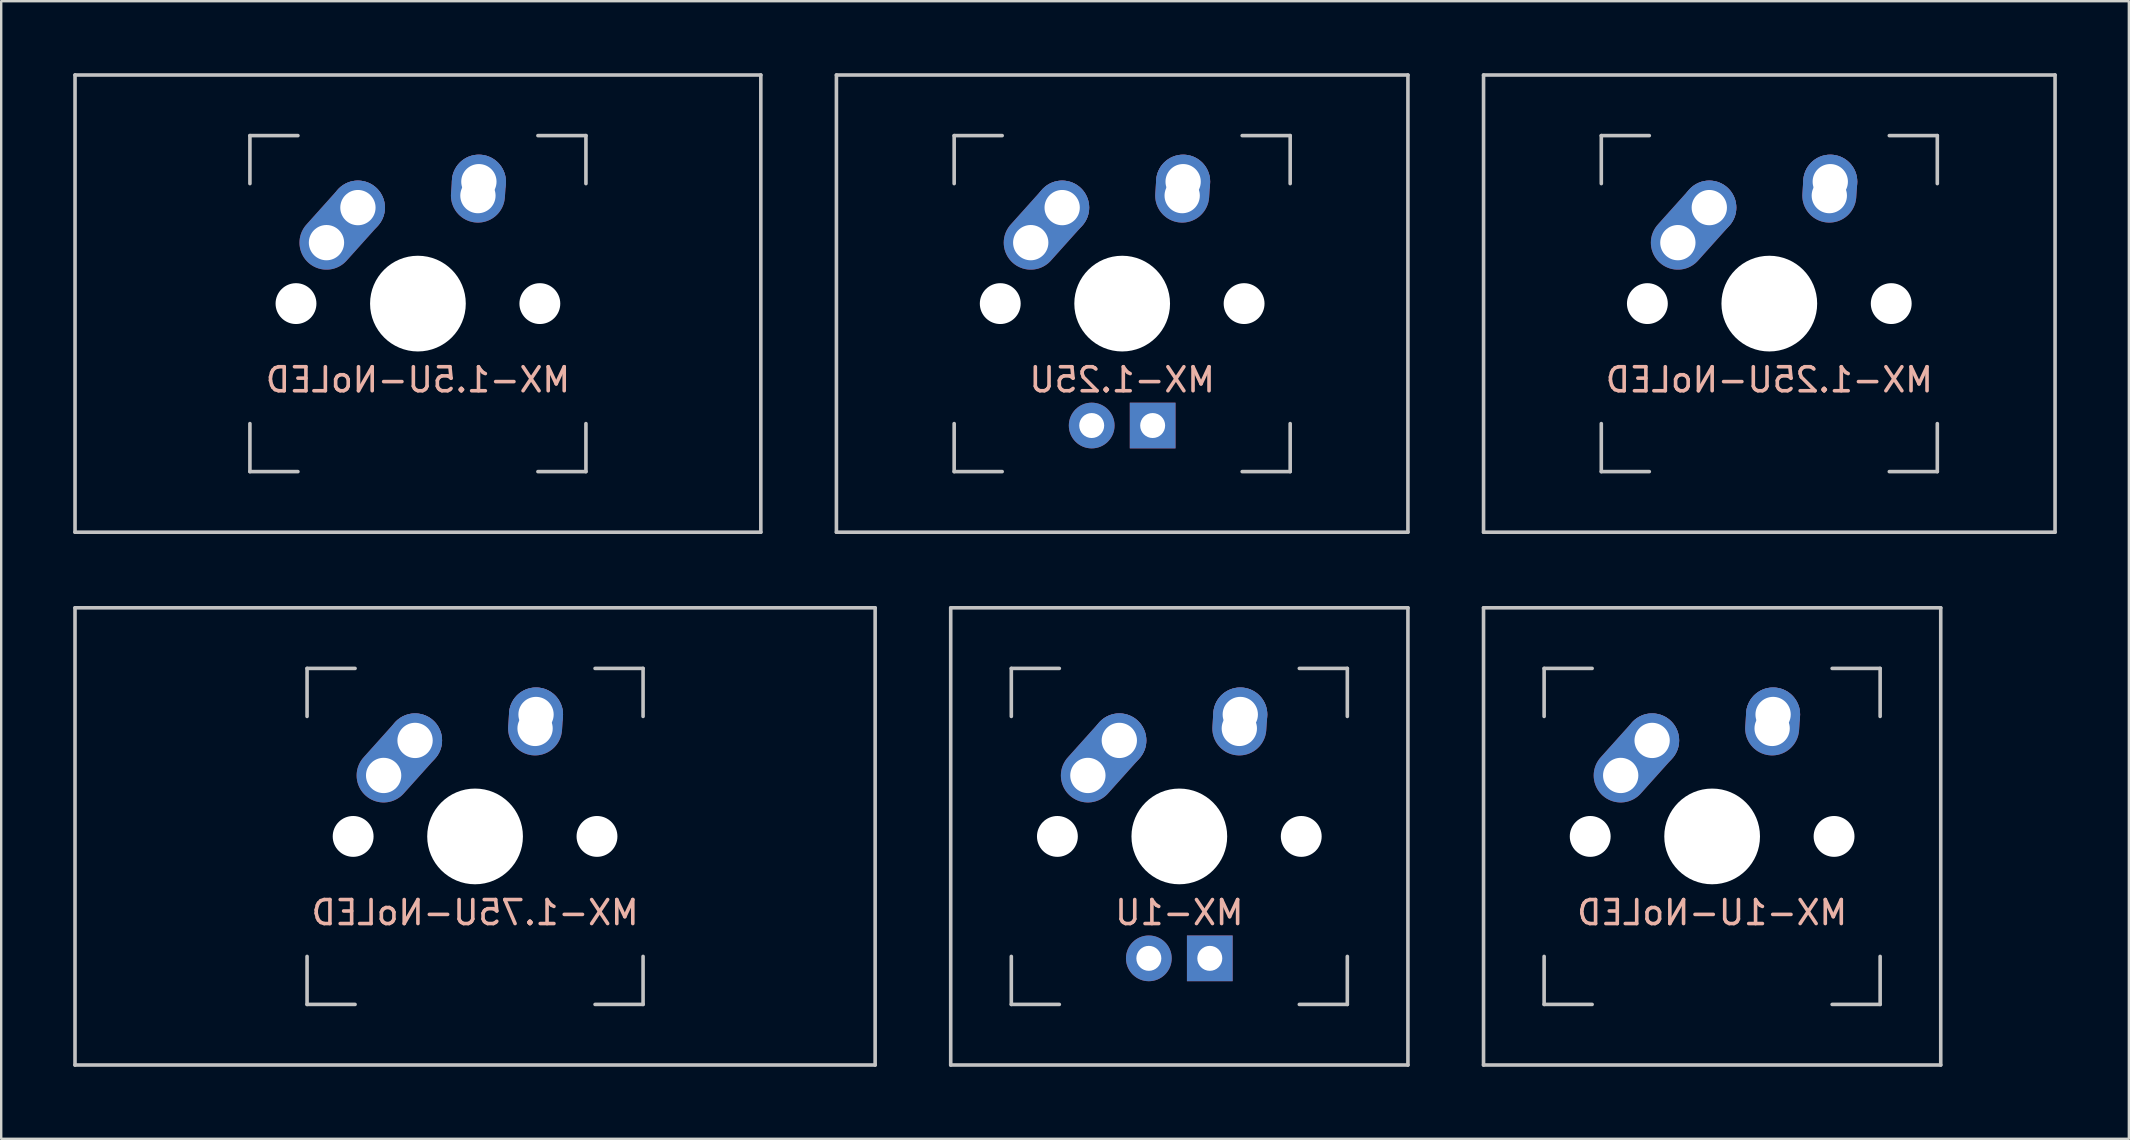
<source format=kicad_pcb>
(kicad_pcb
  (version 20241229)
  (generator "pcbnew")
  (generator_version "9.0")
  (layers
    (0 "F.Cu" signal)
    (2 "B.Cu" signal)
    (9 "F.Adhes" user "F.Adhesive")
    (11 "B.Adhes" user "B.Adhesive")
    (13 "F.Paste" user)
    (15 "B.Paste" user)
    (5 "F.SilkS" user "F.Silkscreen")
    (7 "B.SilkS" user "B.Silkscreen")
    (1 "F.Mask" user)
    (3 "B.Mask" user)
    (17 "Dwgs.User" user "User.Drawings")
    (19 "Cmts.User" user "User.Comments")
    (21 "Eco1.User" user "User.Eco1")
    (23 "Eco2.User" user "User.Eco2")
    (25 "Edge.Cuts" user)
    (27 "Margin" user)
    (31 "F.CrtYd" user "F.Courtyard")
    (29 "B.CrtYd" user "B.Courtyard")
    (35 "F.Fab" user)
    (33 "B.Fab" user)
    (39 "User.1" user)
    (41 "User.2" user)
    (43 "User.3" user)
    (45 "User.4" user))
  (footprint "MX-1U"
    (layer "F.Cu")
    (at 46.087 31.8)
    (property "Reference" "MX-1U" (at 0 3.175 0) (layer "B.SilkS") (effects (font (size 1 1) (thickness 0.15)) (justify mirror)))
    (attr through_hole)
    (fp_line (start -9.525 -9.525) (end 9.525 -9.525) (stroke (width 0.15) (type solid)) (layer "Dwgs.User"))
    (fp_line (start -9.525 9.525) (end -9.525 -9.525) (stroke (width 0.15) (type solid)) (layer "Dwgs.User"))
    (fp_line (start -7 -7) (end -7 -5) (stroke (width 0.15) (type solid)) (layer "Dwgs.User"))
    (fp_line (start -7 5) (end -7 7) (stroke (width 0.15) (type solid)) (layer "Dwgs.User"))
    (fp_line (start -7 7) (end -5 7) (stroke (width 0.15) (type solid)) (layer "Dwgs.User"))
    (fp_line (start -5 -7) (end -7 -7) (stroke (width 0.15) (type solid)) (layer "Dwgs.User"))
    (fp_line (start 5 -7) (end 7 -7) (stroke (width 0.15) (type solid)) (layer "Dwgs.User"))
    (fp_line (start 5 7) (end 7 7) (stroke (width 0.15) (type solid)) (layer "Dwgs.User"))
    (fp_line (start 7 -7) (end 7 -5) (stroke (width 0.15) (type solid)) (layer "Dwgs.User"))
    (fp_line (start 7 7) (end 7 5) (stroke (width 0.15) (type solid)) (layer "Dwgs.User"))
    (fp_line (start 9.525 -9.525) (end 9.525 9.525) (stroke (width 0.15) (type solid)) (layer "Dwgs.User"))
    (fp_line (start 9.525 9.525) (end -9.525 9.525) (stroke (width 0.15) (type solid)) (layer "Dwgs.User"))
    (pad "" np_thru_hole circle (at -5.08 0 48.1) (size 1.702 1.702) (drill 1.702) (layers "*.Cu" "*.Mask"))
    (pad "" np_thru_hole circle (at 0 0) (size 3.988 3.988) (drill 3.988) (layers "*.Cu" "*.Mask"))
    (pad "" np_thru_hole circle (at 5.08 0 48.1) (size 1.702 1.702) (drill 1.702) (layers "*.Cu" "*.Mask"))
    (pad "1" thru_hole oval (at -3.81 -2.54 48.1) (size 4.212 2.25) (drill 1.47 (offset 0.981 0)) (layers "*.Cu" "*.Mask"))
    (pad "1" thru_hole circle (at -2.5 -4) (size 2.25 2.25) (drill 1.47) (layers "*.Cu" "*.Mask"))
    (pad "2" thru_hole oval (at 2.5 -4.5 86.055) (size 2.831 2.25) (drill 1.47 (offset 0.291 0)) (layers "*.Cu" "*.Mask"))
    (pad "2" thru_hole circle (at 2.54 -5.08) (size 2.25 2.25) (drill 1.47) (layers "*.Cu" "*.Mask"))
    (pad "3" thru_hole circle (at -1.27 5.08) (size 1.905 1.905) (drill 1.04) (layers "*.Cu" "*.Mask"))
    (pad "4" thru_hole rect (at 1.27 5.08) (size 1.905 1.905) (drill 1.04) (layers "*.Cu" "*.Mask")))
  (footprint "MX-1.25U"
    (layer "F.Cu")
    (at 43.706 9.6)
    (property "Reference" "MX-1.25U" (at 0 3.175 0) (layer "B.SilkS") (effects (font (size 1 1) (thickness 0.15)) (justify mirror)))
    (attr through_hole)
    (fp_line (start -11.906 -9.525) (end 11.906 -9.525) (stroke (width 0.15) (type solid)) (layer "Dwgs.User"))
    (fp_line (start -11.906 9.525) (end -11.906 -9.525) (stroke (width 0.15) (type solid)) (layer "Dwgs.User"))
    (fp_line (start -11.906 9.525) (end 11.906 9.525) (stroke (width 0.15) (type solid)) (layer "Dwgs.User"))
    (fp_line (start -7 -7) (end -7 -5) (stroke (width 0.15) (type solid)) (layer "Dwgs.User"))
    (fp_line (start -7 5) (end -7 7) (stroke (width 0.15) (type solid)) (layer "Dwgs.User"))
    (fp_line (start -7 7) (end -5 7) (stroke (width 0.15) (type solid)) (layer "Dwgs.User"))
    (fp_line (start -5 -7) (end -7 -7) (stroke (width 0.15) (type solid)) (layer "Dwgs.User"))
    (fp_line (start 5 -7) (end 7 -7) (stroke (width 0.15) (type solid)) (layer "Dwgs.User"))
    (fp_line (start 5 7) (end 7 7) (stroke (width 0.15) (type solid)) (layer "Dwgs.User"))
    (fp_line (start 7 -7) (end 7 -5) (stroke (width 0.15) (type solid)) (layer "Dwgs.User"))
    (fp_line (start 7 7) (end 7 5) (stroke (width 0.15) (type solid)) (layer "Dwgs.User"))
    (fp_line (start 11.906 -9.525) (end 11.906 9.525) (stroke (width 0.15) (type solid)) (layer "Dwgs.User"))
    (pad "" np_thru_hole circle (at -5.08 0 48.1) (size 1.702 1.702) (drill 1.702) (layers "*.Cu" "*.Mask"))
    (pad "" np_thru_hole circle (at 0 0) (size 3.988 3.988) (drill 3.988) (layers "*.Cu" "*.Mask"))
    (pad "" np_thru_hole circle (at 5.08 0 48.1) (size 1.702 1.702) (drill 1.702) (layers "*.Cu" "*.Mask"))
    (pad "1" thru_hole oval (at -3.81 -2.54 48.1) (size 4.212 2.25) (drill 1.47 (offset 0.981 0)) (layers "*.Cu" "*.Mask"))
    (pad "1" thru_hole circle (at -2.5 -4) (size 2.25 2.25) (drill 1.47) (layers "*.Cu" "*.Mask"))
    (pad "2" thru_hole oval (at 2.5 -4.5 86.055) (size 2.831 2.25) (drill 1.47 (offset 0.291 0)) (layers "*.Cu" "*.Mask"))
    (pad "2" thru_hole circle (at 2.54 -5.08) (size 2.25 2.25) (drill 1.47) (layers "*.Cu" "*.Mask"))
    (pad "3" thru_hole circle (at -1.27 5.08) (size 1.905 1.905) (drill 1.04) (layers "*.Cu" "*.Mask"))
    (pad "4" thru_hole rect (at 1.27 5.08) (size 1.905 1.905) (drill 1.04) (layers "*.Cu" "*.Mask")))
  (footprint "MX-1.25U-NoLED"
    (layer "F.Cu")
    (at 70.669 9.6)
    (property "Reference" "MX-1.25U-NoLED" (at 0 3.175 0) (layer "B.SilkS") (effects (font (size 1 1) (thickness 0.15)) (justify mirror)))
    (attr through_hole)
    (fp_line (start -11.906 -9.525) (end 11.906 -9.525) (stroke (width 0.15) (type solid)) (layer "Dwgs.User"))
    (fp_line (start -11.906 9.525) (end -11.906 -9.525) (stroke (width 0.15) (type solid)) (layer "Dwgs.User"))
    (fp_line (start -11.906 9.525) (end 11.906 9.525) (stroke (width 0.15) (type solid)) (layer "Dwgs.User"))
    (fp_line (start -7 -7) (end -7 -5) (stroke (width 0.15) (type solid)) (layer "Dwgs.User"))
    (fp_line (start -7 5) (end -7 7) (stroke (width 0.15) (type solid)) (layer "Dwgs.User"))
    (fp_line (start -7 7) (end -5 7) (stroke (width 0.15) (type solid)) (layer "Dwgs.User"))
    (fp_line (start -5 -7) (end -7 -7) (stroke (width 0.15) (type solid)) (layer "Dwgs.User"))
    (fp_line (start 5 -7) (end 7 -7) (stroke (width 0.15) (type solid)) (layer "Dwgs.User"))
    (fp_line (start 5 7) (end 7 7) (stroke (width 0.15) (type solid)) (layer "Dwgs.User"))
    (fp_line (start 7 -7) (end 7 -5) (stroke (width 0.15) (type solid)) (layer "Dwgs.User"))
    (fp_line (start 7 7) (end 7 5) (stroke (width 0.15) (type solid)) (layer "Dwgs.User"))
    (fp_line (start 11.906 -9.525) (end 11.906 9.525) (stroke (width 0.15) (type solid)) (layer "Dwgs.User"))
    (pad "" np_thru_hole circle (at -5.08 0 48.1) (size 1.702 1.702) (drill 1.702) (layers "*.Cu" "*.Mask"))
    (pad "" np_thru_hole circle (at 0 0) (size 3.988 3.988) (drill 3.988) (layers "*.Cu" "*.Mask"))
    (pad "" np_thru_hole circle (at 5.08 0 48.1) (size 1.702 1.702) (drill 1.702) (layers "*.Cu" "*.Mask"))
    (pad "1" thru_hole oval (at -3.81 -2.54 48.1) (size 4.212 2.25) (drill 1.47 (offset 0.981 0)) (layers "*.Cu" "*.Mask"))
    (pad "1" thru_hole circle (at -2.5 -4) (size 2.25 2.25) (drill 1.47) (layers "*.Cu" "*.Mask"))
    (pad "2" thru_hole oval (at 2.5 -4.5 86.055) (size 2.831 2.25) (drill 1.47 (offset 0.291 0)) (layers "*.Cu" "*.Mask"))
    (pad "2" thru_hole circle (at 2.54 -5.08) (size 2.25 2.25) (drill 1.47) (layers "*.Cu" "*.Mask")))
  (footprint "MX-1.75U-NoLED"
    (layer "F.Cu")
    (at 16.744 31.8)
    (property "Reference" "MX-1.75U-NoLED" (at 0 3.175 0) (layer "B.SilkS") (effects (font (size 1 1) (thickness 0.15)) (justify mirror)))
    (attr through_hole)
    (fp_line (start -16.669 -9.525) (end 16.669 -9.525) (stroke (width 0.15) (type solid)) (layer "Dwgs.User"))
    (fp_line (start -16.669 9.525) (end -16.669 -9.525) (stroke (width 0.15) (type solid)) (layer "Dwgs.User"))
    (fp_line (start -16.669 9.525) (end 16.669 9.525) (stroke (width 0.15) (type solid)) (layer "Dwgs.User"))
    (fp_line (start -7 -7) (end -7 -5) (stroke (width 0.15) (type solid)) (layer "Dwgs.User"))
    (fp_line (start -7 5) (end -7 7) (stroke (width 0.15) (type solid)) (layer "Dwgs.User"))
    (fp_line (start -7 7) (end -5 7) (stroke (width 0.15) (type solid)) (layer "Dwgs.User"))
    (fp_line (start -5 -7) (end -7 -7) (stroke (width 0.15) (type solid)) (layer "Dwgs.User"))
    (fp_line (start 5 -7) (end 7 -7) (stroke (width 0.15) (type solid)) (layer "Dwgs.User"))
    (fp_line (start 5 7) (end 7 7) (stroke (width 0.15) (type solid)) (layer "Dwgs.User"))
    (fp_line (start 7 -7) (end 7 -5) (stroke (width 0.15) (type solid)) (layer "Dwgs.User"))
    (fp_line (start 7 7) (end 7 5) (stroke (width 0.15) (type solid)) (layer "Dwgs.User"))
    (fp_line (start 16.669 -9.525) (end 16.669 9.525) (stroke (width 0.15) (type solid)) (layer "Dwgs.User"))
    (pad "" np_thru_hole circle (at -5.08 0 48.1) (size 1.702 1.702) (drill 1.702) (layers "*.Cu" "*.Mask"))
    (pad "" np_thru_hole circle (at 0 0) (size 3.988 3.988) (drill 3.988) (layers "*.Cu" "*.Mask"))
    (pad "" np_thru_hole circle (at 5.08 0 48.1) (size 1.702 1.702) (drill 1.702) (layers "*.Cu" "*.Mask"))
    (pad "1" thru_hole oval (at -3.81 -2.54 48.1) (size 4.212 2.25) (drill 1.47 (offset 0.981 0)) (layers "*.Cu" "*.Mask"))
    (pad "1" thru_hole circle (at -2.5 -4) (size 2.25 2.25) (drill 1.47) (layers "*.Cu" "*.Mask"))
    (pad "2" thru_hole oval (at 2.5 -4.5 86.055) (size 2.831 2.25) (drill 1.47 (offset 0.291 0)) (layers "*.Cu" "*.Mask"))
    (pad "2" thru_hole circle (at 2.54 -5.08) (size 2.25 2.25) (drill 1.47) (layers "*.Cu" "*.Mask")))
  (footprint "MX-1U-NoLED"
    (layer "F.Cu")
    (at 68.287 31.8)
    (property "Reference" "MX-1U-NoLED" (at 0 3.175 0) (layer "B.SilkS") (effects (font (size 1 1) (thickness 0.15)) (justify mirror)))
    (attr through_hole)
    (fp_line (start -9.525 -9.525) (end 9.525 -9.525) (stroke (width 0.15) (type solid)) (layer "Dwgs.User"))
    (fp_line (start -9.525 9.525) (end -9.525 -9.525) (stroke (width 0.15) (type solid)) (layer "Dwgs.User"))
    (fp_line (start -7 -7) (end -7 -5) (stroke (width 0.15) (type solid)) (layer "Dwgs.User"))
    (fp_line (start -7 5) (end -7 7) (stroke (width 0.15) (type solid)) (layer "Dwgs.User"))
    (fp_line (start -7 7) (end -5 7) (stroke (width 0.15) (type solid)) (layer "Dwgs.User"))
    (fp_line (start -5 -7) (end -7 -7) (stroke (width 0.15) (type solid)) (layer "Dwgs.User"))
    (fp_line (start 5 -7) (end 7 -7) (stroke (width 0.15) (type solid)) (layer "Dwgs.User"))
    (fp_line (start 5 7) (end 7 7) (stroke (width 0.15) (type solid)) (layer "Dwgs.User"))
    (fp_line (start 7 -7) (end 7 -5) (stroke (width 0.15) (type solid)) (layer "Dwgs.User"))
    (fp_line (start 7 7) (end 7 5) (stroke (width 0.15) (type solid)) (layer "Dwgs.User"))
    (fp_line (start 9.525 -9.525) (end 9.525 9.525) (stroke (width 0.15) (type solid)) (layer "Dwgs.User"))
    (fp_line (start 9.525 9.525) (end -9.525 9.525) (stroke (width 0.15) (type solid)) (layer "Dwgs.User"))
    (pad "" np_thru_hole circle (at -5.08 0 48.1) (size 1.702 1.702) (drill 1.702) (layers "*.Cu" "*.Mask"))
    (pad "" np_thru_hole circle (at 0 0) (size 3.988 3.988) (drill 3.988) (layers "*.Cu" "*.Mask"))
    (pad "" np_thru_hole circle (at 5.08 0 48.1) (size 1.702 1.702) (drill 1.702) (layers "*.Cu" "*.Mask"))
    (pad "1" thru_hole oval (at -3.81 -2.54 48.1) (size 4.212 2.25) (drill 1.47 (offset 0.981 0)) (layers "*.Cu" "*.Mask"))
    (pad "1" thru_hole circle (at -2.5 -4) (size 2.25 2.25) (drill 1.47) (layers "*.Cu" "*.Mask"))
    (pad "2" thru_hole oval (at 2.5 -4.5 86.055) (size 2.831 2.25) (drill 1.47 (offset 0.291 0)) (layers "*.Cu" "*.Mask"))
    (pad "2" thru_hole circle (at 2.54 -5.08) (size 2.25 2.25) (drill 1.47) (layers "*.Cu" "*.Mask")))
  (footprint "MX-1.5U-NoLED"
    (layer "F.Cu")
    (at 14.363 9.6)
    (property "Reference" "MX-1.5U-NoLED" (at 0 3.175 0) (layer "B.SilkS") (effects (font (size 1 1) (thickness 0.15)) (justify mirror)))
    (attr through_hole)
    (fp_line (start -14.287 -9.525) (end 14.287 -9.525) (stroke (width 0.15) (type solid)) (layer "Dwgs.User"))
    (fp_line (start -14.287 9.525) (end -14.287 -9.525) (stroke (width 0.15) (type solid)) (layer "Dwgs.User"))
    (fp_line (start -14.287 9.525) (end 14.287 9.525) (stroke (width 0.15) (type solid)) (layer "Dwgs.User"))
    (fp_line (start -7 -7) (end -7 -5) (stroke (width 0.15) (type solid)) (layer "Dwgs.User"))
    (fp_line (start -7 5) (end -7 7) (stroke (width 0.15) (type solid)) (layer "Dwgs.User"))
    (fp_line (start -7 7) (end -5 7) (stroke (width 0.15) (type solid)) (layer "Dwgs.User"))
    (fp_line (start -5 -7) (end -7 -7) (stroke (width 0.15) (type solid)) (layer "Dwgs.User"))
    (fp_line (start 5 -7) (end 7 -7) (stroke (width 0.15) (type solid)) (layer "Dwgs.User"))
    (fp_line (start 5 7) (end 7 7) (stroke (width 0.15) (type solid)) (layer "Dwgs.User"))
    (fp_line (start 7 -7) (end 7 -5) (stroke (width 0.15) (type solid)) (layer "Dwgs.User"))
    (fp_line (start 7 7) (end 7 5) (stroke (width 0.15) (type solid)) (layer "Dwgs.User"))
    (fp_line (start 14.287 -9.525) (end 14.287 9.525) (stroke (width 0.15) (type solid)) (layer "Dwgs.User"))
    (pad "" np_thru_hole circle (at -5.08 0 48.1) (size 1.702 1.702) (drill 1.702) (layers "*.Cu" "*.Mask"))
    (pad "" np_thru_hole circle (at 0 0) (size 3.988 3.988) (drill 3.988) (layers "*.Cu" "*.Mask"))
    (pad "" np_thru_hole circle (at 5.08 0 48.1) (size 1.702 1.702) (drill 1.702) (layers "*.Cu" "*.Mask"))
    (pad "1" thru_hole oval (at -3.81 -2.54 48.1) (size 4.212 2.25) (drill 1.47 (offset 0.981 0)) (layers "*.Cu" "*.Mask"))
    (pad "1" thru_hole circle (at -2.5 -4) (size 2.25 2.25) (drill 1.47) (layers "*.Cu" "*.Mask"))
    (pad "2" thru_hole oval (at 2.5 -4.5 86.055) (size 2.831 2.25) (drill 1.47 (offset 0.291 0)) (layers "*.Cu" "*.Mask"))
    (pad "2" thru_hole circle (at 2.54 -5.08) (size 2.25 2.25) (drill 1.47) (layers "*.Cu" "*.Mask")))
  (gr_rect
    (start -3 -3)
    (end 85.65 44.4)
    (stroke (width 0.1) (type default))
    (fill no)
    (layer "Edge.Cuts")))
</source>
